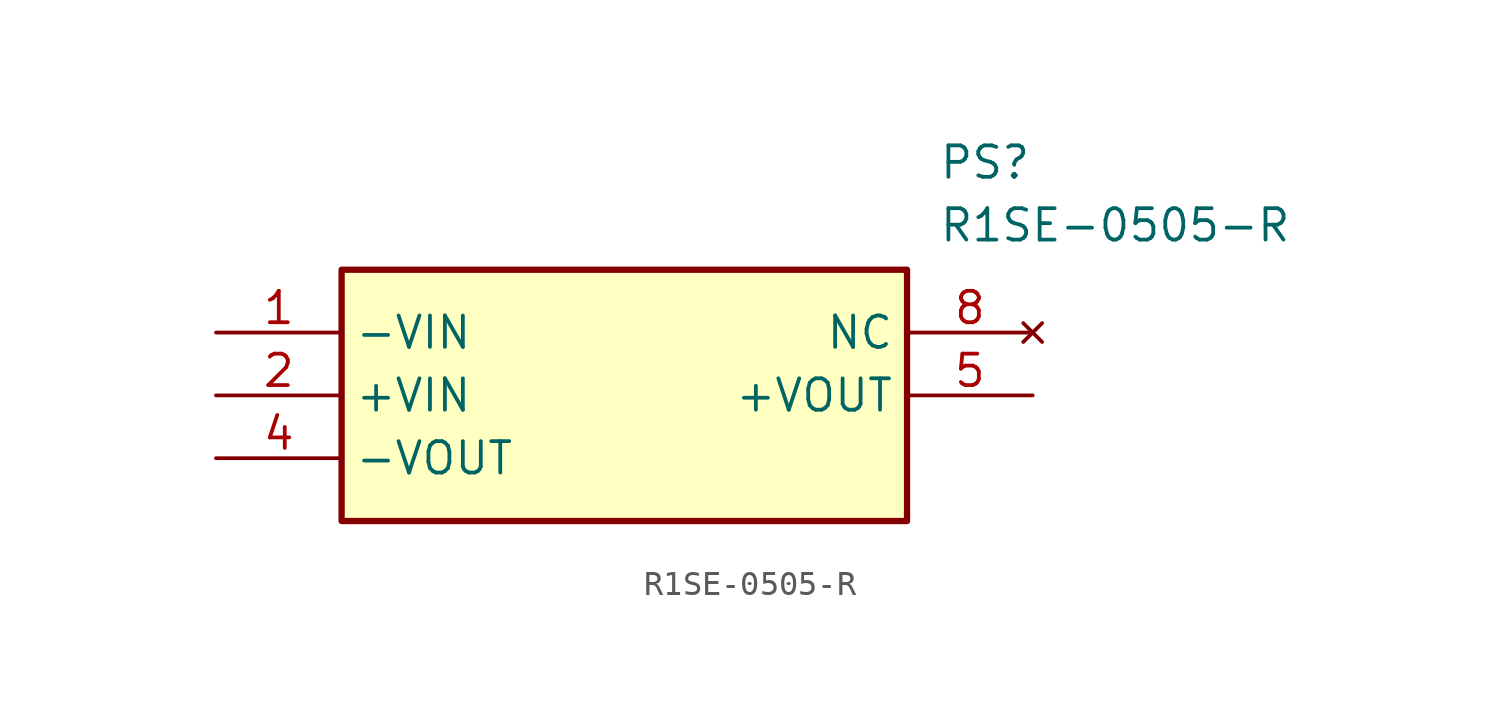
<source format=kicad_sym>
(kicad_symbol_lib
  (version 20211014)
  (generator SamacSys_ECAD_Model)
  (symbol "R1SE-0505-R"
    (property "Reference" "PS"
      (at 29.21 7.62 0)
      (effects (font (size 1.27 1.27)) (justify left top)))
    (property "Value" "R1SE-0505-R"
      (at 29.21 5.08 0)
      (effects (font (size 1.27 1.27)) (justify left top)))
    (rectangle
      (start 5.08 2.54)
      (end 27.94 -7.62)
      (stroke (width 0.254) (type default))
      (fill (type background)))
    (pin passive line
      (at 0 0 0)
      (length 5.08)
      (name "-VIN" (effects (font (size 1.27 1.27))))
      (number "1" (effects (font (size 1.27 1.27)))))
    (pin passive line
      (at 0 -2.54 0)
      (length 5.08)
      (name "+VIN" (effects (font (size 1.27 1.27))))
      (number "2" (effects (font (size 1.27 1.27)))))
    (pin passive line
      (at 0 -5.08 0)
      (length 5.08)
      (name "-VOUT" (effects (font (size 1.27 1.27))))
      (number "4" (effects (font (size 1.27 1.27)))))
    (pin passive line
      (at 33.02 -2.54 180)
      (length 5.08)
      (name "+VOUT" (effects (font (size 1.27 1.27))))
      (number "5" (effects (font (size 1.27 1.27)))))
    (pin no_connect line
      (at 33.02 0 180)
      (length 5.08)
      (name "NC" (effects (font (size 1.27 1.27))))
      (number "8" (effects (font (size 1.27 1.27)))))))
</source>
